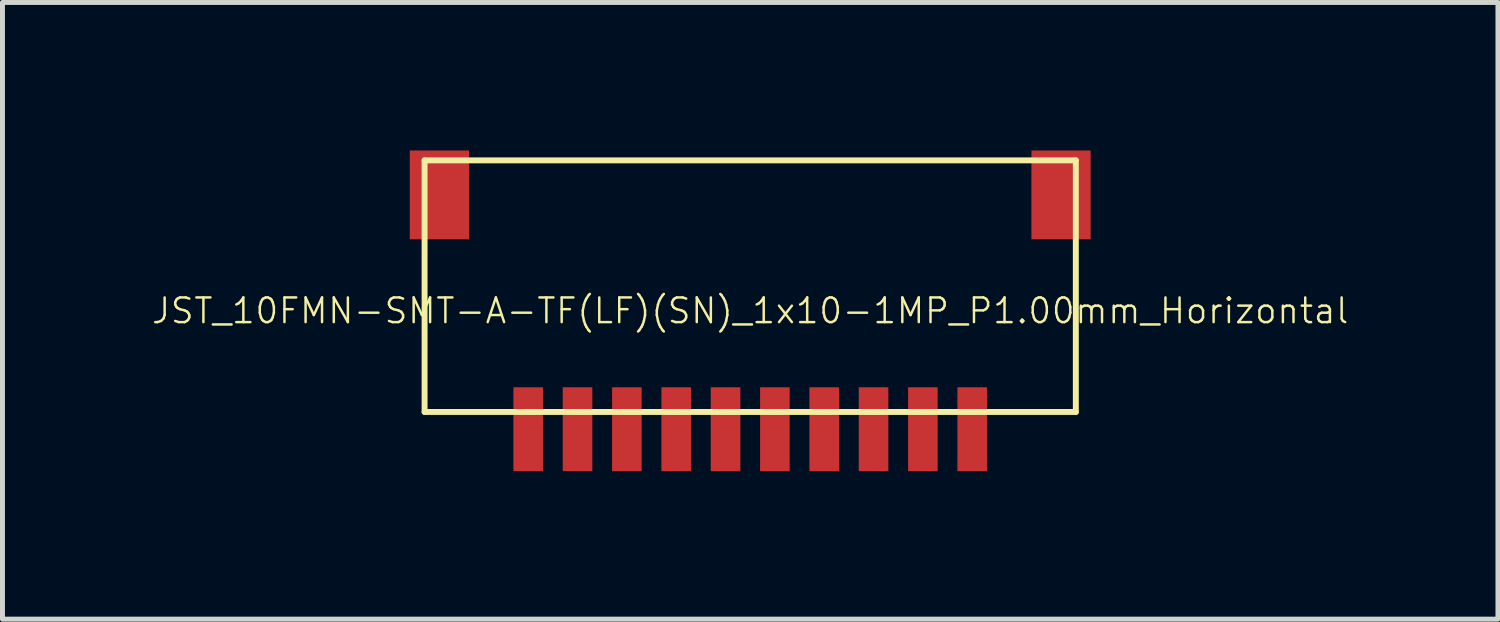
<source format=kicad_pcb>
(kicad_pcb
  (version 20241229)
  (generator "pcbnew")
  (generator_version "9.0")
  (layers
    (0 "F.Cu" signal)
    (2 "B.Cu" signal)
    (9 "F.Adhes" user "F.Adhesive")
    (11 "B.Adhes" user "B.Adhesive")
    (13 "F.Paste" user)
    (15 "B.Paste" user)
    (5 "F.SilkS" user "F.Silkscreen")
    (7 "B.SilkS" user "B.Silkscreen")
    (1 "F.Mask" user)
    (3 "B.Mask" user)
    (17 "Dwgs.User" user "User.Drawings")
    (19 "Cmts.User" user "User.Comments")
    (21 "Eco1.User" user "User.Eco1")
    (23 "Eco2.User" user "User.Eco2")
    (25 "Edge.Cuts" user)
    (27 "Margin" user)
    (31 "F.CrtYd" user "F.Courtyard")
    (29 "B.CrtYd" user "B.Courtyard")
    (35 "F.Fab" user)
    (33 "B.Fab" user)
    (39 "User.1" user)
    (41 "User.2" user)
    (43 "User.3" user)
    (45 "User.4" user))
  (footprint "JST_10FMN-SMT-A-TF(LF)(SN)_1x10-1MP_P1.00mm_Horizontal"
    (layer "F.Cu")
    (at 12.156 2.75)
    (property "Reference" "JST_10FMN-SMT-A-TF(LF)(SN)_1x10-1MP_P1.00mm_Horizontal" (at 0 0.5 0) (layer "F.SilkS") (effects (font (size 0.5 0.5) (thickness 0.05))))
    (attr through_hole)
    (fp_line (start -6.6 -2.55) (end -6.6 2.55) (stroke (width 0.12) (type solid)) (layer "F.SilkS"))
    (fp_line (start -6.6 2.55) (end 6.6 2.55) (stroke (width 0.12) (type solid)) (layer "F.SilkS"))
    (fp_line (start 6.6 -2.55) (end -6.6 -2.55) (stroke (width 0.12) (type solid)) (layer "F.SilkS"))
    (fp_line (start 6.6 2.55) (end 6.6 -2.55) (stroke (width 0.12) (type solid)) (layer "F.SilkS"))
    (pad "1" smd rect (at -4.5 2.9) (size 0.6 1.7) (layers "F.Cu" "F.Mask" "F.Paste"))
    (pad "2" smd rect (at -3.5 2.9) (size 0.6 1.7) (layers "F.Cu" "F.Mask" "F.Paste"))
    (pad "3" smd rect (at -2.5 2.9) (size 0.6 1.7) (layers "F.Cu" "F.Mask" "F.Paste"))
    (pad "4" smd rect (at -1.5 2.9) (size 0.6 1.7) (layers "F.Cu" "F.Mask" "F.Paste"))
    (pad "5" smd rect (at -0.5 2.9) (size 0.6 1.7) (layers "F.Cu" "F.Mask" "F.Paste"))
    (pad "6" smd rect (at 0.5 2.9) (size 0.6 1.7) (layers "F.Cu" "F.Mask" "F.Paste"))
    (pad "7" smd rect (at 1.5 2.9) (size 0.6 1.7) (layers "F.Cu" "F.Mask" "F.Paste"))
    (pad "8" smd rect (at 2.5 2.9) (size 0.6 1.7) (layers "F.Cu" "F.Mask" "F.Paste"))
    (pad "9" smd rect (at 3.5 2.9) (size 0.6 1.7) (layers "F.Cu" "F.Mask" "F.Paste"))
    (pad "10" smd rect (at 4.5 2.9) (size 0.6 1.7) (layers "F.Cu" "F.Mask" "F.Paste"))
    (pad "MP" smd rect (at -6.3 -1.85) (size 1.2 1.8) (layers "F.Cu" "F.Mask" "F.Paste"))
    (pad "MP" smd rect (at 6.3 -1.85) (size 1.2 1.8) (layers "F.Cu" "F.Mask" "F.Paste")))
  (gr_rect
    (start -3 -3)
    (end 27.312 9.5)
    (stroke (width 0.1) (type default))
    (fill no)
    (layer "Edge.Cuts")))
</source>
